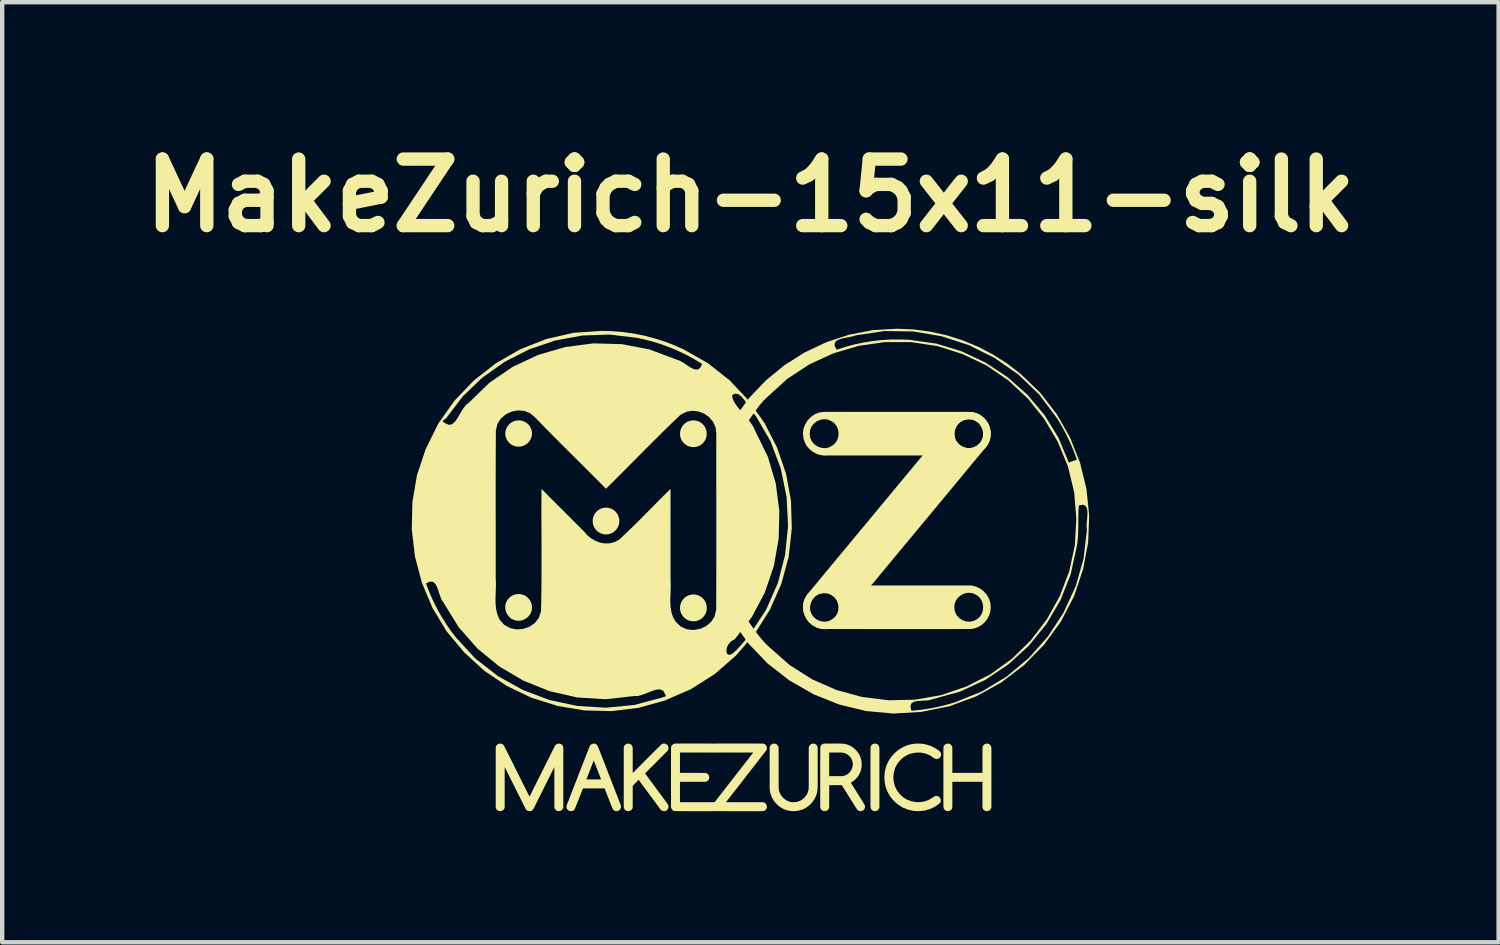
<source format=kicad_pcb>
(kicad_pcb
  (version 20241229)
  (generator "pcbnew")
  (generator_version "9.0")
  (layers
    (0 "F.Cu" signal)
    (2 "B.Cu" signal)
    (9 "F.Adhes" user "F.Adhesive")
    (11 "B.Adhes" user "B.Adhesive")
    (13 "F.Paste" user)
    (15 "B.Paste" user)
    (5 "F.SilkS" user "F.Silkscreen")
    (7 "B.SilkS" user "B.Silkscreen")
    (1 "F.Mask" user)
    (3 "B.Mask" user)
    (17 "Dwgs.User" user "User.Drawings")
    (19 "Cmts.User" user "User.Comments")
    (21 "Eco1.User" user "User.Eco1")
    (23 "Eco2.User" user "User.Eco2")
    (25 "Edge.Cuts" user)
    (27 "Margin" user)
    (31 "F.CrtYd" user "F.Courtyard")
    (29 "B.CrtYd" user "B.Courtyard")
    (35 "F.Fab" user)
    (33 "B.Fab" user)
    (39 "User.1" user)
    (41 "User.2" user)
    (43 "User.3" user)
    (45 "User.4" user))
  (footprint "MakeZurich-15x11-silk"
    (layer "F.Cu")
    (at 14.13 9.998)
    (property "Reference" "MakeZurich-15x11-silk" (at 0 -8.572 0) (layer "F.SilkS") (effects (font (size 1.524 1.524) (thickness 0.305))))
    (attr smd)
    (fp_poly (pts (xy -5.001 0.858) (xy -5.008 0.93) (xy -5.033 0.997) (xy -5.074 1.055) (xy -5.126 1.104) (xy -5.188 1.139) (xy -5.256 1.161) (xy -5.327 1.165) (xy -5.398 1.151) (xy -5.465 1.122) (xy -5.521 1.079) (xy -5.565 1.023) (xy -5.596 0.958) (xy -5.612 0.889) (xy -5.612 0.817) (xy -5.596 0.748) (xy -5.561 0.684) (xy -5.514 0.629) (xy -5.455 0.588) (xy -5.389 0.562) (xy -5.318 0.552) (xy -5.247 0.557) (xy -5.179 0.578) (xy -5.118 0.615) (xy -5.067 0.667) (xy -5.052 0.688) (xy -5.039 0.71) (xy -5.027 0.733) (xy -5.018 0.757) (xy -5.01 0.781) (xy -5.005 0.806) (xy -5.002 0.832) (xy -5.001 0.858) (xy -5.001 0.858)) (stroke (width 0) (type solid)) (fill yes) (layer "F.SilkS"))
    (fp_poly (pts (xy -5.088 -3.335) (xy -5.122 -3.364) (xy -5.159 -3.388) (xy -5.2 -3.406) (xy -5.242 -3.418) (xy -5.286 -3.424) (xy -5.33 -3.424) (xy -5.374 -3.417) (xy -5.416 -3.404) (xy -5.457 -3.385) (xy -5.493 -3.361) (xy -5.526 -3.331) (xy -5.555 -3.297) (xy -5.578 -3.259) (xy -5.596 -3.218) (xy -5.607 -3.175) (xy -5.612 -3.131) (xy -5.61 -3.079) (xy -5.597 -3.028) (xy -5.576 -2.981) (xy -5.548 -2.938) (xy -5.512 -2.9) (xy -5.47 -2.868) (xy -5.424 -2.844) (xy -5.374 -2.829) (xy -5.331 -2.822) (xy -5.287 -2.822) (xy -5.243 -2.828) (xy -5.201 -2.841) (xy -5.161 -2.859) (xy -5.124 -2.882) (xy -5.09 -2.911) (xy -5.062 -2.945) (xy -5.039 -2.979) (xy -5.021 -3.017) (xy -5.009 -3.056) (xy -5.002 -3.097) (xy -5.001 -3.139) (xy -5.006 -3.18) (xy -5.016 -3.22) (xy -5.033 -3.258) (xy -5.038 -3.268) (xy -5.044 -3.279) (xy -5.051 -3.289) (xy -5.058 -3.299) (xy -5.065 -3.308) (xy -5.072 -3.317) (xy -5.08 -3.326) (xy -5.088 -3.335) (xy -5.088 -3.335)) (stroke (width 0) (type solid)) (fill yes) (layer "F.SilkS"))
    (fp_poly (pts (xy -3.307 -1.426) (xy -3.352 -1.423) (xy -3.395 -1.413) (xy -3.437 -1.397) (xy -3.476 -1.375) (xy -3.511 -1.347) (xy -3.542 -1.315) (xy -3.568 -1.279) (xy -3.588 -1.239) (xy -3.602 -1.196) (xy -3.61 -1.152) (xy -3.611 -1.107) (xy -3.606 -1.062) (xy -3.595 -1.019) (xy -3.577 -0.978) (xy -3.554 -0.94) (xy -3.525 -0.905) (xy -3.492 -0.876) (xy -3.456 -0.852) (xy -3.417 -0.834) (xy -3.375 -0.821) (xy -3.332 -0.814) (xy -3.288 -0.813) (xy -3.245 -0.819) (xy -3.203 -0.831) (xy -3.163 -0.849) (xy -3.126 -0.872) (xy -3.092 -0.901) (xy -3.063 -0.934) (xy -3.039 -0.971) (xy -3.02 -1.011) (xy -3.008 -1.053) (xy -3.002 -1.097) (xy -3.001 -1.14) (xy -3.007 -1.183) (xy -3.019 -1.224) (xy -3.036 -1.263) (xy -3.059 -1.299) (xy -3.086 -1.332) (xy -3.118 -1.361) (xy -3.153 -1.385) (xy -3.171 -1.395) (xy -3.189 -1.403) (xy -3.208 -1.41) (xy -3.227 -1.416) (xy -3.247 -1.421) (xy -3.267 -1.424) (xy -3.287 -1.426) (xy -3.307 -1.426) (xy -3.307 -1.426)) (stroke (width 0) (type solid)) (fill yes) (layer "F.SilkS"))
    (fp_poly (pts (xy -1.394 -2.825) (xy -1.351 -2.814) (xy -1.307 -2.811) (xy -1.263 -2.814) (xy -1.22 -2.823) (xy -1.179 -2.839) (xy -1.14 -2.86) (xy -1.105 -2.886) (xy -1.074 -2.918) (xy -1.046 -2.955) (xy -1.025 -2.996) (xy -1.01 -3.04) (xy -1.002 -3.085) (xy -1.001 -3.131) (xy -1.006 -3.177) (xy -1.018 -3.222) (xy -1.037 -3.264) (xy -1.049 -3.284) (xy -1.063 -3.304) (xy -1.078 -3.322) (xy -1.095 -3.34) (xy -1.113 -3.355) (xy -1.132 -3.37) (xy -1.152 -3.382) (xy -1.173 -3.393) (xy -1.216 -3.411) (xy -1.262 -3.421) (xy -1.308 -3.424) (xy -1.355 -3.42) (xy -1.4 -3.409) (xy -1.444 -3.391) (xy -1.484 -3.367) (xy -1.519 -3.337) (xy -1.55 -3.303) (xy -1.574 -3.265) (xy -1.593 -3.223) (xy -1.605 -3.18) (xy -1.611 -3.135) (xy -1.611 -3.089) (xy -1.604 -3.045) (xy -1.589 -3.001) (xy -1.575 -2.971) (xy -1.557 -2.942) (xy -1.535 -2.915) (xy -1.512 -2.891) (xy -1.485 -2.87) (xy -1.457 -2.852) (xy -1.426 -2.836) (xy -1.394 -2.825) (xy -1.394 -2.825)) (stroke (width 0) (type solid)) (fill yes) (layer "F.SilkS"))
    (fp_poly (pts (xy -1.305 0.562) (xy -1.35 0.565) (xy -1.394 0.575) (xy -1.437 0.592) (xy -1.476 0.614) (xy -1.512 0.642) (xy -1.543 0.675) (xy -1.569 0.712) (xy -1.589 0.753) (xy -1.603 0.795) (xy -1.611 0.839) (xy -1.612 0.884) (xy -1.606 0.928) (xy -1.594 0.971) (xy -1.577 1.012) (xy -1.554 1.049) (xy -1.525 1.083) (xy -1.492 1.113) (xy -1.455 1.137) (xy -1.415 1.156) (xy -1.373 1.168) (xy -1.329 1.175) (xy -1.286 1.176) (xy -1.242 1.17) (xy -1.2 1.157) (xy -1.158 1.139) (xy -1.12 1.114) (xy -1.086 1.084) (xy -1.057 1.049) (xy -1.033 1.011) (xy -1.015 0.97) (xy -1.003 0.926) (xy -0.998 0.881) (xy -1 0.836) (xy -1.008 0.791) (xy -1.023 0.749) (xy -1.043 0.709) (xy -1.07 0.672) (xy -1.101 0.64) (xy -1.136 0.612) (xy -1.175 0.591) (xy -1.191 0.584) (xy -1.206 0.578) (xy -1.222 0.573) (xy -1.239 0.569) (xy -1.255 0.566) (xy -1.272 0.564) (xy -1.288 0.562) (xy -1.305 0.562) (xy -1.305 0.562)) (stroke (width 0) (type solid)) (fill yes) (layer "F.SilkS"))
    (fp_poly (pts (xy 2.953 5.42) (xy 2.951 5.447) (xy 2.94 5.471) (xy 2.924 5.492) (xy 2.903 5.508) (xy 2.879 5.518) (xy 2.854 5.523) (xy 2.828 5.521) (xy 2.803 5.511) (xy 2.787 5.501) (xy 2.774 5.489) (xy 2.764 5.475) (xy 2.757 5.459) (xy 2.752 5.442) (xy 2.749 5.425) (xy 2.748 5.407) (xy 2.748 5.389) (xy 2.749 5.224) (xy 2.748 5.059) (xy 2.748 4.893) (xy 2.748 4.728) (xy 2.748 4.563) (xy 2.748 4.398) (xy 2.749 4.233) (xy 2.749 4.067) (xy 2.754 4.041) (xy 2.767 4.018) (xy 2.785 3.999) (xy 2.807 3.986) (xy 2.832 3.977) (xy 2.858 3.975) (xy 2.884 3.98) (xy 2.907 3.992) (xy 2.922 4.003) (xy 2.934 4.016) (xy 2.942 4.031) (xy 2.948 4.048) (xy 2.952 4.065) (xy 2.954 4.083) (xy 2.954 4.101) (xy 2.953 4.118) (xy 2.953 4.281) (xy 2.953 4.444) (xy 2.953 4.607) (xy 2.953 4.769) (xy 2.953 4.932) (xy 2.953 5.095) (xy 2.953 5.257) (xy 2.953 5.42) (xy 2.953 5.42) (xy 2.953 5.42) (xy 2.953 5.42) (xy 2.953 5.42) (xy 2.953 5.42) (xy 2.953 5.42) (xy 2.953 5.42)) (stroke (width 0) (type solid)) (fill yes) (layer "F.SilkS"))
    (fp_poly (pts (xy -0.769 3.975) (xy -0.638 3.975) (xy -0.506 3.975) (xy -0.374 3.975) (xy -0.242 3.975) (xy -0.11 3.975) (xy 0.022 3.975) (xy 0.154 3.975) (xy 0.286 3.976) (xy 0.314 3.982) (xy 0.338 3.996) (xy 0.357 4.016) (xy 0.37 4.041) (xy 0.377 4.069) (xy 0.376 4.097) (xy 0.368 4.123) (xy 0.351 4.147) (xy 0.237 4.293) (xy 0.123 4.44) (xy 0.009 4.586) (xy -0.105 4.732) (xy -0.218 4.879) (xy -0.332 5.025) (xy -0.446 5.171) (xy -0.56 5.318) (xy -0.454 5.318) (xy -0.348 5.318) (xy -0.243 5.318) (xy -0.137 5.318) (xy -0.031 5.318) (xy 0.074 5.318) (xy 0.18 5.318) (xy 0.286 5.318) (xy 0.314 5.325) (xy 0.339 5.34) (xy 0.358 5.361) (xy 0.371 5.387) (xy 0.377 5.415) (xy 0.376 5.443) (xy 0.366 5.47) (xy 0.348 5.493) (xy 0.33 5.507) (xy 0.31 5.516) (xy 0.289 5.521) (xy 0.267 5.523) (xy 0.244 5.523) (xy 0.221 5.522) (xy 0.199 5.522) (xy 0.177 5.523) (xy 0.057 5.523) (xy -0.063 5.523) (xy -0.182 5.523) (xy -0.302 5.523) (xy -0.422 5.523) (xy -0.541 5.523) (xy -0.661 5.522) (xy -0.781 5.522) (xy -0.809 5.516) (xy -0.833 5.502) (xy -0.852 5.481) (xy -0.865 5.456) (xy -0.871 5.429) (xy -0.871 5.401) (xy -0.862 5.374) (xy -0.846 5.35) (xy -0.732 5.204) (xy -0.618 5.058) (xy -0.504 4.911) (xy -0.39 4.765) (xy -0.277 4.619) (xy -0.163 4.473) (xy -0.049 4.327) (xy 0.065 4.18) (xy -0.041 4.18) (xy -0.146 4.18) (xy -0.252 4.18) (xy -0.358 4.18) (xy -0.463 4.18) (xy -0.569 4.18) (xy -0.674 4.18) (xy -0.78 4.18) (xy -0.809 4.173) (xy -0.833 4.158) (xy -0.853 4.137) (xy -0.866 4.112) (xy -0.872 4.084) (xy -0.87 4.055) (xy -0.861 4.028) (xy -0.842 4.005) (xy -0.834 3.998) (xy -0.826 3.992) (xy -0.818 3.987) (xy -0.809 3.983) (xy -0.799 3.98) (xy -0.789 3.977) (xy -0.78 3.976) (xy -0.769 3.975) (xy -0.769 3.975)) (stroke (width 0) (type solid)) (fill yes) (layer "F.SilkS"))
    (fp_poly (pts (xy 4.257 5.174) (xy 4.287 5.178) (xy 4.313 5.19) (xy 4.334 5.21) (xy 4.349 5.234) (xy 4.358 5.261) (xy 4.359 5.29) (xy 4.352 5.317) (xy 4.335 5.342) (xy 4.23 5.418) (xy 4.113 5.474) (xy 3.989 5.509) (xy 3.859 5.523) (xy 3.73 5.516) (xy 3.603 5.487) (xy 3.484 5.438) (xy 3.374 5.367) (xy 3.31 5.313) (xy 3.252 5.252) (xy 3.2 5.184) (xy 3.156 5.112) (xy 3.12 5.036) (xy 3.093 4.956) (xy 3.076 4.873) (xy 3.068 4.789) (xy 3.068 4.708) (xy 3.076 4.627) (xy 3.093 4.548) (xy 3.117 4.471) (xy 3.15 4.397) (xy 3.191 4.327) (xy 3.239 4.262) (xy 3.294 4.202) (xy 3.354 4.147) (xy 3.419 4.099) (xy 3.49 4.058) (xy 3.564 4.025) (xy 3.641 4) (xy 3.721 3.983) (xy 3.802 3.975) (xy 3.884 3.976) (xy 3.947 3.982) (xy 4.009 3.993) (xy 4.07 4.009) (xy 4.13 4.031) (xy 4.187 4.057) (xy 4.242 4.088) (xy 4.295 4.123) (xy 4.344 4.163) (xy 4.359 4.188) (xy 4.365 4.216) (xy 4.363 4.244) (xy 4.354 4.271) (xy 4.338 4.295) (xy 4.317 4.314) (xy 4.292 4.326) (xy 4.262 4.329) (xy 4.237 4.324) (xy 4.214 4.314) (xy 4.192 4.302) (xy 4.171 4.287) (xy 4.15 4.271) (xy 4.129 4.256) (xy 4.107 4.243) (xy 4.083 4.233) (xy 4 4.201) (xy 3.913 4.184) (xy 3.824 4.18) (xy 3.735 4.19) (xy 3.649 4.212) (xy 3.568 4.248) (xy 3.493 4.297) (xy 3.428 4.358) (xy 3.36 4.442) (xy 3.311 4.538) (xy 3.282 4.642) (xy 3.272 4.749) (xy 3.282 4.857) (xy 3.311 4.96) (xy 3.36 5.056) (xy 3.428 5.141) (xy 3.503 5.209) (xy 3.59 5.261) (xy 3.684 5.296) (xy 3.784 5.315) (xy 3.885 5.316) (xy 3.985 5.3) (xy 4.08 5.266) (xy 4.168 5.215) (xy 4.178 5.207) (xy 4.188 5.199) (xy 4.198 5.193) (xy 4.209 5.186) (xy 4.22 5.181) (xy 4.232 5.177) (xy 4.244 5.175) (xy 4.257 5.174) (xy 4.257 5.174)) (stroke (width 0) (type solid)) (fill yes) (layer "F.SilkS"))
    (fp_poly (pts (xy 5.355 -3.472) (xy 4.969 -3.448) (xy 5.064 -3.446) (xy 5.151 -3.415) (xy 5.225 -3.36) (xy 5.282 -3.287) (xy 5.319 -3.203) (xy 5.333 -3.112) (xy 5.32 -3.021) (xy 5.277 -2.935) (xy 5.23 -2.877) (xy 5.172 -2.833) (xy 5.105 -2.804) (xy 5.034 -2.789) (xy 4.961 -2.789) (xy 4.89 -2.804) (xy 4.824 -2.836) (xy 4.766 -2.883) (xy 4.706 -2.959) (xy 4.675 -3.046) (xy 4.671 -3.138) (xy 4.691 -3.229) (xy 4.733 -3.312) (xy 4.795 -3.38) (xy 4.874 -3.428) (xy 4.969 -3.448) (xy 5.355 -3.472) (xy 5.268 -3.545) (xy 5.168 -3.592) (xy 5.061 -3.615) (xy 4.95 -3.614) (xy 1.426 0.671) (xy 1.488 0.602) (xy 1.567 0.555) (xy 1.662 0.534) (xy 1.758 0.536) (xy 1.844 0.568) (xy 1.918 0.622) (xy 1.975 0.695) (xy 2.012 0.78) (xy 2.026 0.87) (xy 2.014 0.961) (xy 1.97 1.047) (xy 1.923 1.105) (xy 1.865 1.149) (xy 1.798 1.179) (xy 1.727 1.194) (xy 1.654 1.194) (xy 1.583 1.178) (xy 1.517 1.147) (xy 1.459 1.099) (xy 1.399 1.023) (xy 1.368 0.936) (xy 1.364 0.844) (xy 1.384 0.754) (xy 1.426 0.671) (xy 4.95 -3.614) (xy 4.842 -3.59) (xy 4.742 -3.545) (xy 4.653 -3.478) (xy 4.582 -3.392) (xy 4.17 -2.895) (xy 3.758 -2.399) (xy 3.346 -1.903) (xy 2.934 -1.406) (xy 2.522 -0.91) (xy 2.11 -0.414) (xy 1.698 0.083) (xy 1.287 0.58) (xy 1.227 0.696) (xy 1.204 0.821) (xy 1.215 0.948) (xy 1.256 1.068) (xy 1.324 1.176) (xy 1.416 1.264) (xy 1.527 1.325) (xy 1.656 1.351) (xy 1.737 1.355) (xy 1.813 1.344) (xy 1.885 1.319) (xy 1.953 1.283) (xy 2.016 1.238) (xy 2.074 1.186) (xy 2.127 1.127) (xy 2.174 1.066) (xy 2.58 0.577) (xy 2.986 0.088) (xy 3.391 -0.401) (xy 3.797 -0.889) (xy 4.203 -1.378) (xy 4.609 -1.867) (xy 5.014 -2.356) (xy 5.419 -2.845) (xy 5.461 -2.92) (xy 5.488 -3.001) (xy 5.5 -3.085) (xy 5.499 -3.17) (xy 5.483 -3.254) (xy 5.454 -3.333) (xy 5.411 -3.407) (xy 5.355 -3.472)) (stroke (width 0) (type solid)) (fill yes) (layer "F.SilkS"))
    (fp_poly (pts (xy 5.502 0.854) (xy 5.492 0.75) (xy 5.158 0.563) (xy 5.229 0.612) (xy 5.281 0.678) (xy 5.315 0.755) (xy 5.329 0.838) (xy 5.323 0.923) (xy 5.297 1.003) (xy 5.251 1.073) (xy 5.185 1.129) (xy 5.102 1.171) (xy 5.014 1.186) (xy 4.927 1.177) (xy 4.845 1.146) (xy 4.773 1.095) (xy 4.716 1.028) (xy 4.679 0.947) (xy 4.668 0.854) (xy 4.668 0.854) (xy 4.677 0.767) (xy 4.711 0.689) (xy 4.763 0.623) (xy 4.831 0.571) (xy 4.909 0.536) (xy 4.992 0.522) (xy 5.077 0.53) (xy 5.158 0.563) (xy 5.492 0.75) (xy 5.46 0.652) (xy 5.408 0.564) (xy 5.339 0.487) (xy 1.682 0.522) (xy 1.766 0.53) (xy 1.847 0.563) (xy 1.919 0.612) (xy 1.971 0.678) (xy 2.004 0.755) (xy 2.018 0.838) (xy 2.012 0.923) (xy 1.987 1.003) (xy 1.941 1.073) (xy 1.874 1.129) (xy 1.792 1.171) (xy 1.704 1.186) (xy 1.616 1.177) (xy 1.534 1.146) (xy 1.462 1.095) (xy 1.405 1.028) (xy 1.369 0.947) (xy 1.357 0.854) (xy 1.367 0.767) (xy 1.4 0.689) (xy 1.453 0.623) (xy 1.52 0.571) (xy 1.598 0.536) (xy 1.682 0.522) (xy 5.339 0.487) (xy 5.256 0.425) (xy 5.163 0.381) (xy 5.062 0.356) (xy 4.958 0.355) (xy 4.548 0.355) (xy 4.138 0.355) (xy 3.728 0.355) (xy 3.318 0.355) (xy 2.908 0.355) (xy 2.498 0.355) (xy 2.088 0.355) (xy 1.678 0.355) (xy 1.57 0.371) (xy 1.471 0.411) (xy 1.383 0.472) (xy 1.31 0.55) (xy 1.253 0.641) (xy 1.216 0.741) (xy 1.202 0.847) (xy 1.214 0.955) (xy 1.241 1.045) (xy 1.284 1.127) (xy 1.343 1.199) (xy 1.413 1.259) (xy 1.493 1.306) (xy 1.58 1.338) (xy 1.672 1.355) (xy 1.765 1.353) (xy 2.173 1.353) (xy 2.581 1.353) (xy 2.989 1.354) (xy 3.397 1.354) (xy 3.804 1.354) (xy 4.212 1.354) (xy 4.62 1.353) (xy 5.028 1.353) (xy 5.123 1.34) (xy 5.212 1.308) (xy 5.293 1.26) (xy 5.364 1.198) (xy 5.422 1.124) (xy 5.466 1.04) (xy 5.493 0.95) (xy 5.502 0.854) (xy 5.502 0.854)) (stroke (width 0) (type solid)) (fill yes) (layer "F.SilkS"))
    (fp_poly (pts (xy 5.502 -3.119) (xy 5.492 -3.224) (xy 5.158 -3.411) (xy 5.229 -3.362) (xy 5.281 -3.296) (xy 5.315 -3.219) (xy 5.329 -3.135) (xy 5.323 -3.051) (xy 5.297 -2.971) (xy 5.251 -2.901) (xy 5.185 -2.845) (xy 5.102 -2.802) (xy 5.015 -2.787) (xy 4.927 -2.797) (xy 4.845 -2.828) (xy 4.773 -2.879) (xy 4.716 -2.946) (xy 4.679 -3.027) (xy 4.668 -3.119) (xy 4.677 -3.206) (xy 4.711 -3.284) (xy 4.763 -3.351) (xy 4.831 -3.403) (xy 4.909 -3.437) (xy 4.992 -3.452) (xy 5.077 -3.444) (xy 5.158 -3.411) (xy 5.492 -3.224) (xy 5.46 -3.322) (xy 5.408 -3.41) (xy 5.339 -3.487) (xy 1.682 -3.452) (xy 1.766 -3.444) (xy 1.847 -3.411) (xy 1.919 -3.362) (xy 1.971 -3.296) (xy 2.004 -3.219) (xy 2.018 -3.135) (xy 2.012 -3.051) (xy 1.987 -2.971) (xy 1.941 -2.901) (xy 1.874 -2.845) (xy 1.792 -2.802) (xy 1.704 -2.787) (xy 1.617 -2.797) (xy 1.534 -2.828) (xy 1.462 -2.879) (xy 1.405 -2.946) (xy 1.369 -3.027) (xy 1.357 -3.119) (xy 1.357 -3.119) (xy 1.367 -3.206) (xy 1.4 -3.285) (xy 1.453 -3.351) (xy 1.52 -3.403) (xy 1.598 -3.437) (xy 1.682 -3.452) (xy 5.339 -3.487) (xy 5.256 -3.549) (xy 5.163 -3.593) (xy 5.062 -3.617) (xy 4.958 -3.619) (xy 4.548 -3.619) (xy 4.138 -3.619) (xy 3.728 -3.619) (xy 3.318 -3.619) (xy 2.908 -3.619) (xy 2.498 -3.619) (xy 2.088 -3.619) (xy 1.678 -3.618) (xy 1.57 -3.603) (xy 1.471 -3.563) (xy 1.383 -3.502) (xy 1.31 -3.424) (xy 1.253 -3.333) (xy 1.216 -3.233) (xy 1.202 -3.127) (xy 1.214 -3.019) (xy 1.241 -2.928) (xy 1.284 -2.846) (xy 1.343 -2.775) (xy 1.413 -2.715) (xy 1.493 -2.668) (xy 1.58 -2.635) (xy 1.672 -2.619) (xy 1.765 -2.62) (xy 2.173 -2.62) (xy 2.581 -2.62) (xy 2.989 -2.62) (xy 3.397 -2.62) (xy 3.804 -2.62) (xy 4.212 -2.62) (xy 4.62 -2.62) (xy 5.028 -2.621) (xy 5.123 -2.634) (xy 5.212 -2.666) (xy 5.293 -2.714) (xy 5.364 -2.776) (xy 5.422 -2.85) (xy 5.466 -2.933) (xy 5.493 -3.024) (xy 5.502 -3.119) (xy 5.502 -3.119) (xy 5.502 -3.119) (xy 5.502 -3.119)) (stroke (width 0) (type solid)) (fill yes) (layer "F.SilkS"))
    (fp_poly (pts (xy 0.646 4.078) (xy 0.646 4.193) (xy 0.646 4.308) (xy 0.646 4.423) (xy 0.646 4.538) (xy 0.646 4.653) (xy 0.646 4.769) (xy 0.646 4.884) (xy 0.647 4.999) (xy 0.658 5.064) (xy 0.681 5.124) (xy 0.716 5.18) (xy 0.76 5.228) (xy 0.812 5.267) (xy 0.87 5.296) (xy 0.933 5.314) (xy 0.999 5.318) (xy 1.066 5.31) (xy 1.129 5.289) (xy 1.187 5.255) (xy 1.238 5.211) (xy 1.28 5.159) (xy 1.311 5.1) (xy 1.33 5.036) (xy 1.335 4.969) (xy 1.335 4.856) (xy 1.335 4.743) (xy 1.335 4.631) (xy 1.335 4.518) (xy 1.335 4.405) (xy 1.335 4.293) (xy 1.335 4.18) (xy 1.336 4.067) (xy 1.342 4.038) (xy 1.357 4.014) (xy 1.378 3.995) (xy 1.404 3.982) (xy 1.432 3.976) (xy 1.46 3.977) (xy 1.487 3.987) (xy 1.51 4.005) (xy 1.525 4.023) (xy 1.534 4.043) (xy 1.539 4.064) (xy 1.541 4.086) (xy 1.541 4.109) (xy 1.54 4.132) (xy 1.54 4.155) (xy 1.54 4.177) (xy 1.54 4.281) (xy 1.54 4.385) (xy 1.54 4.489) (xy 1.54 4.593) (xy 1.54 4.697) (xy 1.54 4.802) (xy 1.54 4.906) (xy 1.539 5.01) (xy 1.526 5.096) (xy 1.5 5.179) (xy 1.46 5.256) (xy 1.409 5.327) (xy 1.348 5.389) (xy 1.278 5.44) (xy 1.201 5.481) (xy 1.118 5.507) (xy 1.045 5.52) (xy 0.972 5.523) (xy 0.898 5.516) (xy 0.827 5.499) (xy 0.758 5.473) (xy 0.694 5.437) (xy 0.635 5.393) (xy 0.582 5.341) (xy 0.546 5.298) (xy 0.515 5.252) (xy 0.49 5.203) (xy 0.469 5.151) (xy 0.454 5.097) (xy 0.444 5.042) (xy 0.44 4.987) (xy 0.441 4.931) (xy 0.441 4.823) (xy 0.441 4.715) (xy 0.441 4.607) (xy 0.44 4.499) (xy 0.44 4.391) (xy 0.44 4.283) (xy 0.441 4.175) (xy 0.441 4.067) (xy 0.447 4.038) (xy 0.462 4.014) (xy 0.483 3.995) (xy 0.509 3.982) (xy 0.537 3.976) (xy 0.565 3.977) (xy 0.592 3.987) (xy 0.615 4.005) (xy 0.622 4.013) (xy 0.628 4.021) (xy 0.634 4.029) (xy 0.638 4.038) (xy 0.642 4.048) (xy 0.644 4.058) (xy 0.646 4.068) (xy 0.646 4.078) (xy 0.646 4.078) (xy 0.646 4.078) (xy 0.646 4.078) (xy 0.646 4.078) (xy 0.646 4.078) (xy 0.646 4.078) (xy 0.646 4.078)) (stroke (width 0) (type solid)) (fill yes) (layer "F.SilkS"))
    (fp_poly (pts (xy -4.201 5.374) (xy -3.587 4.361) (xy -3.608 4.416) (xy -3.629 4.47) (xy -3.65 4.524) (xy -3.671 4.578) (xy -3.692 4.633) (xy -3.713 4.687) (xy -3.734 4.741) (xy -3.755 4.795) (xy -3.713 4.795) (xy -3.671 4.795) (xy -3.629 4.795) (xy -3.587 4.795) (xy -3.545 4.795) (xy -3.503 4.795) (xy -3.461 4.795) (xy -3.418 4.795) (xy -3.439 4.741) (xy -3.461 4.687) (xy -3.482 4.633) (xy -3.503 4.578) (xy -3.524 4.524) (xy -3.545 4.47) (xy -3.566 4.416) (xy -3.587 4.361) (xy -4.201 5.374) (xy -4.136 5.207) (xy -4.071 5.039) (xy -4.006 4.872) (xy -3.941 4.705) (xy -3.876 4.538) (xy -3.811 4.371) (xy -3.746 4.204) (xy -3.68 4.037) (xy -3.665 4.011) (xy -3.644 3.993) (xy -3.619 3.981) (xy -3.591 3.976) (xy -3.562 3.978) (xy -3.536 3.988) (xy -3.513 4.004) (xy -3.497 4.029) (xy -3.466 4.105) (xy -3.436 4.182) (xy -3.406 4.258) (xy -3.376 4.335) (xy -3.346 4.412) (xy -3.317 4.488) (xy -3.287 4.565) (xy -3.257 4.642) (xy -3.221 4.735) (xy -3.185 4.828) (xy -3.148 4.922) (xy -3.112 5.015) (xy -3.076 5.108) (xy -3.039 5.202) (xy -3.003 5.295) (xy -2.967 5.389) (xy -2.962 5.417) (xy -2.965 5.444) (xy -2.976 5.47) (xy -2.993 5.492) (xy -3.014 5.509) (xy -3.039 5.52) (xy -3.067 5.524) (xy -3.095 5.519) (xy -3.118 5.508) (xy -3.136 5.493) (xy -3.151 5.475) (xy -3.162 5.454) (xy -3.172 5.432) (xy -3.18 5.408) (xy -3.188 5.386) (xy -3.197 5.364) (xy -3.215 5.318) (xy -3.233 5.273) (xy -3.25 5.227) (xy -3.268 5.182) (xy -3.286 5.137) (xy -3.303 5.091) (xy -3.321 5.046) (xy -3.339 5.001) (xy -3.401 5.001) (xy -3.463 5.001) (xy -3.525 5.001) (xy -3.586 5.001) (xy -3.648 5.001) (xy -3.71 5.001) (xy -3.772 5.001) (xy -3.834 5.001) (xy -3.857 5.059) (xy -3.88 5.118) (xy -3.903 5.176) (xy -3.926 5.235) (xy -3.949 5.293) (xy -3.972 5.352) (xy -3.995 5.41) (xy -4.018 5.469) (xy -4.035 5.492) (xy -4.056 5.509) (xy -4.082 5.519) (xy -4.109 5.522) (xy -4.137 5.519) (xy -4.162 5.509) (xy -4.184 5.492) (xy -4.2 5.469) (xy -4.205 5.457) (xy -4.209 5.446) (xy -4.211 5.434) (xy -4.211 5.421) (xy -4.211 5.409) (xy -4.209 5.397) (xy -4.205 5.385) (xy -4.201 5.374) (xy -4.201 5.374) (xy -4.201 5.374) (xy -4.201 5.374)) (stroke (width 0) (type solid)) (fill yes) (layer "F.SilkS"))
    (fp_poly (pts (xy 5.517 5.42) (xy 5.514 5.45) (xy 5.502 5.476) (xy 5.483 5.497) (xy 5.459 5.512) (xy 5.431 5.521) (xy 5.403 5.523) (xy 5.375 5.516) (xy 5.35 5.5) (xy 5.333 5.482) (xy 5.322 5.463) (xy 5.315 5.441) (xy 5.313 5.419) (xy 5.312 5.395) (xy 5.312 5.372) (xy 5.313 5.348) (xy 5.312 5.325) (xy 5.312 5.266) (xy 5.312 5.207) (xy 5.312 5.148) (xy 5.312 5.088) (xy 5.312 5.029) (xy 5.312 4.97) (xy 5.312 4.911) (xy 5.312 4.851) (xy 5.226 4.851) (xy 5.14 4.851) (xy 5.054 4.851) (xy 4.968 4.851) (xy 4.881 4.851) (xy 4.795 4.851) (xy 4.709 4.851) (xy 4.623 4.851) (xy 4.623 4.924) (xy 4.623 4.996) (xy 4.623 5.069) (xy 4.623 5.141) (xy 4.623 5.213) (xy 4.623 5.286) (xy 4.623 5.358) (xy 4.622 5.431) (xy 4.617 5.458) (xy 4.603 5.482) (xy 4.583 5.501) (xy 4.56 5.514) (xy 4.533 5.522) (xy 4.506 5.522) (xy 4.479 5.515) (xy 4.456 5.5) (xy 4.439 5.482) (xy 4.427 5.463) (xy 4.421 5.441) (xy 4.418 5.419) (xy 4.418 5.395) (xy 4.418 5.372) (xy 4.419 5.348) (xy 4.418 5.325) (xy 4.418 5.168) (xy 4.418 5.011) (xy 4.418 4.854) (xy 4.418 4.696) (xy 4.418 4.539) (xy 4.418 4.382) (xy 4.418 4.225) (xy 4.419 4.067) (xy 4.425 4.038) (xy 4.439 4.014) (xy 4.461 3.995) (xy 4.486 3.982) (xy 4.514 3.976) (xy 4.543 3.977) (xy 4.57 3.987) (xy 4.593 4.005) (xy 4.607 4.023) (xy 4.616 4.043) (xy 4.621 4.064) (xy 4.623 4.087) (xy 4.623 4.109) (xy 4.623 4.132) (xy 4.622 4.155) (xy 4.623 4.177) (xy 4.623 4.235) (xy 4.623 4.294) (xy 4.623 4.353) (xy 4.623 4.411) (xy 4.623 4.47) (xy 4.623 4.529) (xy 4.623 4.588) (xy 4.623 4.646) (xy 4.709 4.646) (xy 4.795 4.646) (xy 4.881 4.646) (xy 4.968 4.646) (xy 5.054 4.646) (xy 5.14 4.646) (xy 5.226 4.646) (xy 5.312 4.646) (xy 5.313 4.574) (xy 5.312 4.502) (xy 5.312 4.429) (xy 5.312 4.357) (xy 5.312 4.285) (xy 5.312 4.212) (xy 5.313 4.14) (xy 5.313 4.067) (xy 5.319 4.038) (xy 5.334 4.014) (xy 5.355 3.995) (xy 5.381 3.982) (xy 5.409 3.976) (xy 5.437 3.977) (xy 5.464 3.987) (xy 5.487 4.005) (xy 5.502 4.023) (xy 5.511 4.043) (xy 5.516 4.064) (xy 5.518 4.086) (xy 5.518 4.109) (xy 5.517 4.132) (xy 5.517 4.155) (xy 5.517 4.177) (xy 5.517 4.332) (xy 5.517 4.487) (xy 5.517 4.643) (xy 5.517 4.798) (xy 5.517 4.954) (xy 5.517 5.109) (xy 5.517 5.265) (xy 5.517 5.42) (xy 5.517 5.42) (xy 5.517 5.42)) (stroke (width 0) (type solid)) (fill yes) (layer "F.SilkS"))
    (fp_poly (pts (xy -2.9 4.078) (xy -2.897 4.05) (xy -2.886 4.025) (xy -2.868 4.004) (xy -2.846 3.988) (xy -2.82 3.978) (xy -2.793 3.975) (xy -2.766 3.979) (xy -2.741 3.992) (xy -2.722 4.007) (xy -2.71 4.024) (xy -2.702 4.043) (xy -2.697 4.064) (xy -2.695 4.086) (xy -2.695 4.108) (xy -2.695 4.131) (xy -2.695 4.152) (xy -2.695 4.214) (xy -2.695 4.277) (xy -2.695 4.339) (xy -2.695 4.401) (xy -2.695 4.463) (xy -2.695 4.526) (xy -2.695 4.588) (xy -2.695 4.65) (xy -2.614 4.569) (xy -2.532 4.488) (xy -2.451 4.406) (xy -2.37 4.325) (xy -2.288 4.243) (xy -2.207 4.162) (xy -2.125 4.081) (xy -2.044 4) (xy -2.02 3.984) (xy -1.994 3.976) (xy -1.966 3.976) (xy -1.939 3.983) (xy -1.915 3.996) (xy -1.895 4.015) (xy -1.881 4.039) (xy -1.875 4.067) (xy -1.876 4.091) (xy -1.881 4.113) (xy -1.892 4.132) (xy -1.905 4.15) (xy -1.921 4.167) (xy -1.938 4.184) (xy -1.955 4.2) (xy -1.971 4.216) (xy -2.026 4.271) (xy -2.081 4.326) (xy -2.136 4.382) (xy -2.191 4.437) (xy -2.246 4.492) (xy -2.301 4.547) (xy -2.357 4.603) (xy -2.412 4.658) (xy -2.347 4.746) (xy -2.281 4.835) (xy -2.216 4.923) (xy -2.151 5.012) (xy -2.085 5.1) (xy -2.02 5.189) (xy -1.955 5.277) (xy -1.89 5.366) (xy -1.878 5.393) (xy -1.875 5.421) (xy -1.88 5.449) (xy -1.892 5.475) (xy -1.91 5.497) (xy -1.933 5.513) (xy -1.96 5.522) (xy -1.989 5.522) (xy -2.012 5.517) (xy -2.031 5.508) (xy -2.047 5.495) (xy -2.062 5.479) (xy -2.076 5.461) (xy -2.088 5.443) (xy -2.101 5.424) (xy -2.115 5.407) (xy -2.17 5.332) (xy -2.226 5.257) (xy -2.281 5.182) (xy -2.337 5.106) (xy -2.392 5.031) (xy -2.448 4.956) (xy -2.503 4.88) (xy -2.559 4.805) (xy -2.576 4.822) (xy -2.593 4.839) (xy -2.61 4.856) (xy -2.627 4.873) (xy -2.644 4.89) (xy -2.661 4.907) (xy -2.678 4.925) (xy -2.695 4.942) (xy -2.695 5.003) (xy -2.695 5.064) (xy -2.695 5.125) (xy -2.695 5.186) (xy -2.695 5.247) (xy -2.695 5.308) (xy -2.695 5.369) (xy -2.695 5.431) (xy -2.702 5.46) (xy -2.716 5.484) (xy -2.738 5.503) (xy -2.763 5.516) (xy -2.791 5.522) (xy -2.82 5.521) (xy -2.847 5.511) (xy -2.87 5.493) (xy -2.884 5.475) (xy -2.893 5.455) (xy -2.898 5.434) (xy -2.9 5.413) (xy -2.901 5.39) (xy -2.9 5.368) (xy -2.899 5.345) (xy -2.9 5.324) (xy -2.9 5.168) (xy -2.9 5.012) (xy -2.9 4.856) (xy -2.9 4.701) (xy -2.9 4.545) (xy -2.9 4.389) (xy -2.9 4.234) (xy -2.9 4.078) (xy -2.9 4.078) (xy -2.9 4.078) (xy -2.9 4.078) (xy -2.9 4.078) (xy -2.9 4.078) (xy -2.9 4.078) (xy -2.9 4.078)) (stroke (width 0) (type solid)) (fill yes) (layer "F.SilkS"))
    (fp_poly (pts (xy -5.831 5.42) (xy -5.831 5.251) (xy -5.831 5.082) (xy -5.831 4.913) (xy -5.831 4.744) (xy -5.831 4.575) (xy -5.831 4.405) (xy -5.831 4.236) (xy -5.831 4.067) (xy -5.824 4.036) (xy -5.807 4.01) (xy -5.784 3.991) (xy -5.755 3.98) (xy -5.725 3.975) (xy -5.695 3.98) (xy -5.668 3.994) (xy -5.646 4.018) (xy -5.607 4.092) (xy -5.569 4.167) (xy -5.532 4.242) (xy -5.494 4.317) (xy -5.457 4.392) (xy -5.419 4.467) (xy -5.382 4.543) (xy -5.344 4.618) (xy -5.308 4.689) (xy -5.272 4.761) (xy -5.237 4.832) (xy -5.201 4.904) (xy -5.165 4.975) (xy -5.129 5.047) (xy -5.093 5.119) (xy -5.057 5.19) (xy -4.985 5.045) (xy -4.912 4.9) (xy -4.84 4.755) (xy -4.767 4.61) (xy -4.695 4.465) (xy -4.622 4.32) (xy -4.55 4.175) (xy -4.477 4.03) (xy -4.46 4.006) (xy -4.437 3.989) (xy -4.41 3.979) (xy -4.381 3.976) (xy -4.353 3.981) (xy -4.327 3.993) (xy -4.306 4.012) (xy -4.291 4.038) (xy -4.287 4.062) (xy -4.284 4.086) (xy -4.283 4.111) (xy -4.283 4.136) (xy -4.284 4.161) (xy -4.284 4.186) (xy -4.284 4.211) (xy -4.284 4.235) (xy -4.284 4.385) (xy -4.284 4.534) (xy -4.284 4.684) (xy -4.284 4.833) (xy -4.284 4.982) (xy -4.284 5.132) (xy -4.284 5.281) (xy -4.284 5.431) (xy -4.29 5.46) (xy -4.305 5.484) (xy -4.326 5.503) (xy -4.352 5.516) (xy -4.38 5.522) (xy -4.408 5.521) (xy -4.435 5.511) (xy -4.459 5.493) (xy -4.473 5.474) (xy -4.482 5.453) (xy -4.487 5.431) (xy -4.489 5.408) (xy -4.489 5.385) (xy -4.488 5.361) (xy -4.488 5.338) (xy -4.489 5.315) (xy -4.489 5.215) (xy -4.489 5.115) (xy -4.489 5.014) (xy -4.489 4.914) (xy -4.489 4.814) (xy -4.489 4.714) (xy -4.489 4.613) (xy -4.489 4.513) (xy -4.549 4.633) (xy -4.609 4.753) (xy -4.669 4.873) (xy -4.728 4.992) (xy -4.788 5.112) (xy -4.848 5.232) (xy -4.908 5.352) (xy -4.968 5.472) (xy -4.987 5.497) (xy -5.011 5.513) (xy -5.039 5.521) (xy -5.069 5.521) (xy -5.098 5.514) (xy -5.124 5.499) (xy -5.144 5.478) (xy -5.157 5.449) (xy -5.216 5.332) (xy -5.274 5.215) (xy -5.333 5.098) (xy -5.391 4.981) (xy -5.45 4.864) (xy -5.509 4.747) (xy -5.567 4.63) (xy -5.626 4.513) (xy -5.626 4.628) (xy -5.626 4.743) (xy -5.626 4.857) (xy -5.626 4.972) (xy -5.626 5.087) (xy -5.626 5.201) (xy -5.626 5.316) (xy -5.626 5.431) (xy -5.633 5.46) (xy -5.647 5.484) (xy -5.668 5.503) (xy -5.694 5.516) (xy -5.722 5.522) (xy -5.751 5.521) (xy -5.777 5.511) (xy -5.801 5.493) (xy -5.808 5.486) (xy -5.814 5.478) (xy -5.819 5.469) (xy -5.824 5.46) (xy -5.827 5.45) (xy -5.829 5.44) (xy -5.831 5.43) (xy -5.831 5.42) (xy -5.831 5.42) (xy -5.831 5.42) (xy -5.831 5.42) (xy -5.831 5.42) (xy -5.831 5.42) (xy -5.831 5.42) (xy -5.831 5.42)) (stroke (width 0) (type solid)) (fill yes) (layer "F.SilkS"))
    (fp_poly (pts (xy -0.821 5.318) (xy -0.791 5.321) (xy -0.765 5.333) (xy -0.744 5.352) (xy -0.729 5.376) (xy -0.72 5.404) (xy -0.718 5.432) (xy -0.725 5.46) (xy -0.741 5.485) (xy -0.758 5.502) (xy -0.778 5.513) (xy -0.799 5.52) (xy -0.822 5.523) (xy -0.846 5.523) (xy -0.869 5.523) (xy -0.893 5.522) (xy -0.916 5.523) (xy -1.017 5.523) (xy -1.118 5.523) (xy -1.22 5.523) (xy -1.321 5.523) (xy -1.422 5.523) (xy -1.524 5.523) (xy -1.625 5.522) (xy -1.726 5.522) (xy -1.748 5.518) (xy -1.768 5.509) (xy -1.785 5.496) (xy -1.798 5.48) (xy -1.809 5.461) (xy -1.816 5.441) (xy -1.819 5.419) (xy -1.818 5.397) (xy -1.818 5.231) (xy -1.818 5.065) (xy -1.818 4.899) (xy -1.818 4.732) (xy -1.818 4.566) (xy -1.818 4.4) (xy -1.818 4.234) (xy -1.817 4.067) (xy -1.813 4.045) (xy -1.805 4.025) (xy -1.792 4.009) (xy -1.775 3.995) (xy -1.757 3.984) (xy -1.736 3.977) (xy -1.714 3.974) (xy -1.692 3.975) (xy -1.582 3.975) (xy -1.472 3.975) (xy -1.362 3.975) (xy -1.251 3.975) (xy -1.141 3.975) (xy -1.031 3.975) (xy -0.92 3.975) (xy -0.81 3.976) (xy -0.781 3.982) (xy -0.757 3.997) (xy -0.738 4.018) (xy -0.725 4.044) (xy -0.719 4.072) (xy -0.72 4.1) (xy -0.73 4.127) (xy -0.748 4.15) (xy -0.766 4.165) (xy -0.786 4.174) (xy -0.807 4.179) (xy -0.829 4.181) (xy -0.852 4.181) (xy -0.875 4.18) (xy -0.897 4.18) (xy -0.919 4.18) (xy -1.006 4.18) (xy -1.093 4.18) (xy -1.179 4.18) (xy -1.266 4.18) (xy -1.353 4.18) (xy -1.439 4.18) (xy -1.526 4.18) (xy -1.613 4.18) (xy -1.613 4.239) (xy -1.613 4.297) (xy -1.613 4.355) (xy -1.613 4.413) (xy -1.613 4.472) (xy -1.613 4.53) (xy -1.613 4.588) (xy -1.613 4.646) (xy -1.54 4.646) (xy -1.468 4.646) (xy -1.395 4.646) (xy -1.323 4.646) (xy -1.251 4.646) (xy -1.178 4.646) (xy -1.106 4.647) (xy -1.034 4.647) (xy -1.004 4.653) (xy -0.98 4.668) (xy -0.961 4.689) (xy -0.948 4.715) (xy -0.942 4.743) (xy -0.943 4.771) (xy -0.953 4.798) (xy -0.971 4.822) (xy -0.99 4.836) (xy -1.009 4.845) (xy -1.031 4.85) (xy -1.053 4.852) (xy -1.075 4.852) (xy -1.098 4.851) (xy -1.121 4.85) (xy -1.143 4.851) (xy -1.201 4.851) (xy -1.26 4.851) (xy -1.319 4.851) (xy -1.378 4.851) (xy -1.436 4.851) (xy -1.495 4.851) (xy -1.554 4.851) (xy -1.613 4.851) (xy -1.613 4.909) (xy -1.613 4.968) (xy -1.613 5.026) (xy -1.613 5.084) (xy -1.613 5.143) (xy -1.613 5.201) (xy -1.613 5.259) (xy -1.613 5.317) (xy -1.514 5.317) (xy -1.415 5.317) (xy -1.316 5.317) (xy -1.217 5.317) (xy -1.118 5.317) (xy -1.019 5.317) (xy -0.92 5.317) (xy -0.821 5.318) (xy -0.821 5.318) (xy -0.821 5.318) (xy -0.821 5.318) (xy -0.821 5.318) (xy -0.821 5.318) (xy -0.821 5.318) (xy -0.821 5.318) (xy -0.821 5.318)) (stroke (width 0) (type solid)) (fill yes) (layer "F.SilkS"))
    (fp_poly (pts (xy 1.598 5.42) (xy 1.803 4.18) (xy 1.803 4.248) (xy 1.803 4.315) (xy 1.803 4.383) (xy 1.803 4.451) (xy 1.803 4.518) (xy 1.803 4.586) (xy 1.803 4.653) (xy 1.803 4.721) (xy 1.842 4.721) (xy 1.881 4.721) (xy 1.92 4.721) (xy 1.959 4.721) (xy 1.998 4.721) (xy 2.037 4.721) (xy 2.076 4.72) (xy 2.115 4.718) (xy 2.172 4.704) (xy 2.223 4.677) (xy 2.267 4.639) (xy 2.302 4.593) (xy 2.328 4.542) (xy 2.342 4.486) (xy 2.344 4.428) (xy 2.332 4.371) (xy 2.315 4.328) (xy 2.29 4.289) (xy 2.259 4.255) (xy 2.223 4.226) (xy 2.183 4.204) (xy 2.14 4.189) (xy 2.094 4.181) (xy 2.048 4.181) (xy 2.018 4.181) (xy 1.987 4.181) (xy 1.956 4.181) (xy 1.926 4.181) (xy 1.895 4.181) (xy 1.864 4.181) (xy 1.834 4.18) (xy 1.803 4.18) (xy 1.803 4.18) (xy 1.803 4.18) (xy 1.598 5.42) (xy 1.598 5.251) (xy 1.598 5.082) (xy 1.598 4.913) (xy 1.598 4.744) (xy 1.598 4.575) (xy 1.598 4.405) (xy 1.599 4.236) (xy 1.599 4.067) (xy 1.603 4.045) (xy 1.612 4.026) (xy 1.624 4.009) (xy 1.64 3.995) (xy 1.659 3.984) (xy 1.68 3.977) (xy 1.701 3.974) (xy 1.723 3.975) (xy 1.773 3.976) (xy 1.823 3.976) (xy 1.873 3.975) (xy 1.923 3.975) (xy 1.973 3.975) (xy 2.023 3.975) (xy 2.072 3.976) (xy 2.122 3.978) (xy 2.208 3.994) (xy 2.289 4.027) (xy 2.362 4.074) (xy 2.425 4.133) (xy 2.478 4.203) (xy 2.517 4.28) (xy 2.542 4.364) (xy 2.549 4.451) (xy 2.545 4.515) (xy 2.533 4.578) (xy 2.511 4.638) (xy 2.482 4.695) (xy 2.445 4.747) (xy 2.402 4.795) (xy 2.353 4.836) (xy 2.299 4.87) (xy 2.338 4.933) (xy 2.378 4.997) (xy 2.417 5.06) (xy 2.457 5.123) (xy 2.497 5.187) (xy 2.536 5.25) (xy 2.575 5.314) (xy 2.614 5.378) (xy 2.623 5.404) (xy 2.624 5.432) (xy 2.617 5.458) (xy 2.603 5.481) (xy 2.585 5.501) (xy 2.562 5.515) (xy 2.536 5.523) (xy 2.508 5.522) (xy 2.484 5.515) (xy 2.464 5.504) (xy 2.447 5.489) (xy 2.433 5.471) (xy 2.419 5.451) (xy 2.407 5.43) (xy 2.395 5.41) (xy 2.382 5.39) (xy 2.346 5.332) (xy 2.31 5.274) (xy 2.273 5.216) (xy 2.237 5.158) (xy 2.201 5.1) (xy 2.165 5.042) (xy 2.128 4.984) (xy 2.092 4.926) (xy 2.056 4.926) (xy 2.02 4.926) (xy 1.984 4.926) (xy 1.948 4.926) (xy 1.912 4.926) (xy 1.876 4.926) (xy 1.84 4.926) (xy 1.804 4.926) (xy 1.804 4.989) (xy 1.804 5.052) (xy 1.804 5.115) (xy 1.804 5.178) (xy 1.804 5.241) (xy 1.804 5.304) (xy 1.803 5.367) (xy 1.803 5.43) (xy 1.797 5.458) (xy 1.784 5.482) (xy 1.764 5.501) (xy 1.74 5.514) (xy 1.714 5.521) (xy 1.687 5.522) (xy 1.66 5.515) (xy 1.636 5.5) (xy 1.628 5.492) (xy 1.62 5.483) (xy 1.614 5.474) (xy 1.608 5.464) (xy 1.604 5.454) (xy 1.601 5.443) (xy 1.599 5.432) (xy 1.598 5.42) (xy 1.598 5.42)) (stroke (width 0) (type solid)) (fill yes) (layer "F.SilkS"))
    (fp_poly (pts (xy 3.353 -5.522) (xy 2.412 -5.371) (xy 3.067 -5.469) (xy 3.726 -5.46) (xy 4.376 -5.35) (xy 5.003 -5.146) (xy 5.594 -4.851) (xy 6.134 -4.473) (xy 6.61 -4.017) (xy 7.008 -3.488) (xy 7.079 -3.374) (xy 7.147 -3.258) (xy 7.211 -3.14) (xy 7.271 -3.02) (xy 7.327 -2.898) (xy 7.38 -2.775) (xy 7.429 -2.65) (xy 7.474 -2.524) (xy 7.451 -2.516) (xy 7.428 -2.508) (xy 7.405 -2.5) (xy 7.381 -2.492) (xy 7.358 -2.484) (xy 7.335 -2.476) (xy 7.312 -2.468) (xy 7.288 -2.46) (xy 7.054 -3.024) (xy 6.736 -3.542) (xy 6.345 -4.007) (xy 5.89 -4.411) (xy 5.383 -4.746) (xy 4.833 -5.006) (xy 4.251 -5.183) (xy 3.648 -5.268) (xy 3.435 -5.277) (xy 3.223 -5.276) (xy 3.01 -5.263) (xy 2.799 -5.24) (xy 2.589 -5.206) (xy 2.381 -5.162) (xy 2.176 -5.107) (xy 1.974 -5.041) (xy 1.927 -5.134) (xy 1.931 -5.202) (xy 1.976 -5.251) (xy 2.05 -5.284) (xy 2.142 -5.308) (xy 2.24 -5.327) (xy 2.334 -5.346) (xy 2.412 -5.371) (xy 3.353 -5.522) (xy 2.802 -5.49) (xy 2.261 -5.386) (xy 1.738 -5.214) (xy 1.24 -4.979) (xy 0.775 -4.685) (xy 0.349 -4.335) (xy -0.03 -3.936) (xy -0.355 -3.49) (xy -0.295 -3.494) (xy -0.26 -3.474) (xy -0.243 -3.435) (xy -0.24 -3.383) (xy -0.244 -3.323) (xy -0.251 -3.261) (xy -0.253 -3.203) (xy -0.247 -3.153) (xy -0.198 -3.199) (xy -0.135 -3.281) (xy -0.06 -3.388) (xy 0.023 -3.511) (xy 0.113 -3.64) (xy 0.206 -3.765) (xy 0.3 -3.876) (xy 0.393 -3.964) (xy 0.842 -4.373) (xy 1.347 -4.705) (xy 1.897 -4.958) (xy 2.477 -5.13) (xy 3.076 -5.216) (xy 3.681 -5.216) (xy 4.279 -5.125) (xy 4.858 -4.942) (xy 5.407 -4.68) (xy 5.907 -4.337) (xy 6.351 -3.924) (xy 6.731 -3.451) (xy 7.039 -2.928) (xy 7.678 -1.462) (xy 7.708 -1.396) (xy 7.716 -1.306) (xy 7.711 -1.202) (xy 7.701 -1.095) (xy 7.696 -0.996) (xy 7.703 -0.915) (xy 7.627 -0.258) (xy 7.446 0.376) (xy 7.17 0.975) (xy 6.809 1.527) (xy 6.37 2.02) (xy 5.864 2.442) (xy 5.299 2.783) (xy 4.685 3.029) (xy 4.563 3.066) (xy 4.44 3.099) (xy 4.316 3.129) (xy 4.191 3.155) (xy 4.065 3.178) (xy 3.939 3.196) (xy 3.812 3.212) (xy 3.685 3.223) (xy 3.685 3.223) (xy 3.664 3.122) (xy 3.685 3.057) (xy 3.74 3.02) (xy 3.818 3.002) (xy 3.911 2.995) (xy 4.008 2.99) (xy 4.101 2.98) (xy 4.181 2.956) (xy 4.797 2.786) (xy 5.375 2.518) (xy 5.903 2.164) (xy 6.374 1.735) (xy 6.776 1.24) (xy 7.099 0.691) (xy 7.333 0.1) (xy 7.469 -0.525) (xy 7.488 -0.643) (xy 7.499 -0.765) (xy 7.504 -0.889) (xy 7.507 -1.014) (xy 7.507 -1.136) (xy 7.508 -1.256) (xy 7.511 -1.37) (xy 7.519 -1.478) (xy 7.618 -1.493) (xy 7.678 -1.462) (xy 7.039 -2.928) (xy 7.269 -2.368) (xy 7.412 -1.778) (xy 7.461 -1.172) (xy 7.427 -0.563) (xy 7.299 0.03) (xy 7.084 0.597) (xy 6.788 1.128) (xy 6.42 1.61) (xy 5.986 2.035) (xy 5.493 2.391) (xy 4.95 2.666) (xy 4.372 2.865) (xy 3.773 2.97) (xy 3.164 2.984) (xy 2.559 2.909) (xy 1.971 2.749) (xy 1.414 2.504) (xy 0.899 2.179) (xy 0.44 1.775) (xy 0.34 1.679) (xy 0.239 1.565) (xy 0.141 1.439) (xy 0.047 1.309) (xy -0.041 1.183) (xy -0.12 1.069) (xy -0.19 0.974) (xy -0.247 0.906) (xy -0.245 0.961) (xy -0.242 1.016) (xy -0.243 1.068) (xy -0.251 1.113) (xy -0.268 1.149) (xy -0.299 1.172) (xy -0.345 1.178) (xy -0.411 1.165) (xy -0.045 1.685) (xy 0.393 2.142) (xy 0.894 2.531) (xy 1.444 2.846) (xy 2.032 3.081) (xy 2.647 3.23) (xy 3.278 3.288) (xy 3.913 3.25) (xy 4.557 3.121) (xy 5.17 2.894) (xy 5.743 2.577) (xy 6.263 2.18) (xy 6.722 1.712) (xy 7.107 1.184) (xy 7.409 0.603) (xy 7.617 -0.019) (xy 7.732 -0.627) (xy 7.756 -1.243) (xy 7.693 -1.856) (xy 7.546 -2.455) (xy 7.319 -3.028) (xy 7.015 -3.564) (xy 6.638 -4.053) (xy 6.193 -4.481) (xy 5.888 -4.718) (xy 5.563 -4.927) (xy 5.221 -5.106) (xy 4.865 -5.254) (xy 4.498 -5.371) (xy 4.121 -5.455) (xy 3.739 -5.506) (xy 3.353 -5.522)) (stroke (width 0) (type solid)) (fill yes) (layer "F.SilkS"))
    (fp_poly (pts (xy -3.404 -5.473) (xy -4.474 -5.251) (xy -3.857 -5.366) (xy -3.23 -5.389) (xy -2.605 -5.315) (xy -2.407 -5.272) (xy -2.21 -5.22) (xy -2.017 -5.158) (xy -1.827 -5.087) (xy -1.64 -5.007) (xy -1.457 -4.919) (xy -1.279 -4.822) (xy -1.105 -4.716) (xy -1.152 -4.624) (xy -1.213 -4.587) (xy -1.283 -4.593) (xy -1.361 -4.629) (xy -1.444 -4.682) (xy -1.53 -4.74) (xy -1.615 -4.789) (xy -1.698 -4.818) (xy -2.307 -5.047) (xy -2.943 -5.169) (xy -3.591 -5.187) (xy -4.234 -5.104) (xy -4.857 -4.924) (xy -5.444 -4.649) (xy -5.978 -4.283) (xy -6.445 -3.829) (xy -6.519 -3.77) (xy -6.584 -3.683) (xy -6.643 -3.584) (xy -6.702 -3.484) (xy -6.761 -3.398) (xy -6.826 -3.339) (xy -6.899 -3.321) (xy -6.983 -3.356) (xy -6.998 -3.366) (xy -7.015 -3.376) (xy -7.029 -3.386) (xy -7.039 -3.397) (xy -7.041 -3.409) (xy -7.032 -3.425) (xy -7.01 -3.443) (xy -6.972 -3.465) (xy -6.591 -3.967) (xy -6.139 -4.402) (xy -5.627 -4.764) (xy -5.068 -5.049) (xy -4.474 -5.251) (xy -3.404 -5.473) (xy -4.048 -5.429) (xy -4.675 -5.286) (xy -5.273 -5.05) (xy -5.83 -4.729) (xy -6.337 -4.333) (xy -6.781 -3.867) (xy -7.151 -3.342) (xy -7.428 0.309) (xy -7.334 0.266) (xy -7.263 0.273) (xy -7.211 0.321) (xy -7.172 0.398) (xy -7.139 0.491) (xy -7.107 0.589) (xy -7.07 0.681) (xy -7.022 0.754) (xy -6.682 1.308) (xy -6.254 1.795) (xy -5.754 2.207) (xy -5.196 2.536) (xy -4.593 2.777) (xy -3.962 2.92) (xy -3.315 2.96) (xy -2.668 2.888) (xy -2.573 2.886) (xy -2.469 2.857) (xy -2.36 2.815) (xy -2.253 2.772) (xy -2.153 2.741) (xy -2.066 2.734) (xy -1.997 2.765) (xy -1.953 2.845) (xy -1.939 2.868) (xy -1.937 2.884) (xy -1.943 2.894) (xy -1.956 2.901) (xy -1.973 2.906) (xy -1.993 2.91) (xy -2.012 2.915) (xy -2.029 2.924) (xy -2.029 2.924) (xy -2.663 3.092) (xy -3.313 3.154) (xy -3.965 3.114) (xy -4.604 2.977) (xy -5.215 2.746) (xy -5.785 2.428) (xy -6.3 2.026) (xy -6.744 1.544) (xy -6.852 1.403) (xy -6.953 1.258) (xy -7.048 1.108) (xy -7.137 0.955) (xy -7.22 0.798) (xy -7.296 0.638) (xy -7.365 0.475) (xy -7.428 0.309) (xy -7.151 -3.342) (xy -5.79 1.027) (xy -5.819 0.914) (xy -5.833 0.798) (xy -5.836 0.679) (xy -5.833 0.559) (xy -5.829 0.439) (xy -5.826 0.32) (xy -5.831 0.202) (xy -5.831 -0.221) (xy -5.831 -0.644) (xy -5.831 -1.068) (xy -5.832 -1.491) (xy -5.832 -1.915) (xy -5.831 -2.338) (xy -5.83 -2.761) (xy -5.828 -3.185) (xy -5.795 -3.336) (xy -5.716 -3.462) (xy -5.605 -3.559) (xy -5.471 -3.624) (xy -5.324 -3.652) (xy -5.177 -3.641) (xy -5.039 -3.586) (xy -4.922 -3.484) (xy -4.723 -3.279) (xy -4.522 -3.074) (xy -4.32 -2.871) (xy -4.117 -2.669) (xy -3.914 -2.467) (xy -3.711 -2.265) (xy -3.508 -2.062) (xy -3.306 -1.859) (xy -3.092 -2.071) (xy -2.88 -2.284) (xy -2.668 -2.497) (xy -2.456 -2.711) (xy -2.243 -2.924) (xy -2.03 -3.136) (xy -1.815 -3.346) (xy -1.598 -3.554) (xy -1.467 -3.62) (xy -1.328 -3.644) (xy -1.19 -3.629) (xy -1.06 -3.579) (xy -0.946 -3.499) (xy -0.856 -3.392) (xy -0.798 -3.264) (xy -0.781 -3.118) (xy -0.781 -3.118) (xy -0.781 -3.118) (xy -0.782 -2.615) (xy -0.782 -2.111) (xy -0.781 -1.608) (xy -0.781 -1.105) (xy -0.781 -0.602) (xy -0.781 -0.099) (xy -0.782 0.405) (xy -0.784 0.908) (xy -0.819 1.063) (xy -0.901 1.191) (xy -1.016 1.288) (xy -1.155 1.35) (xy -1.306 1.375) (xy -1.456 1.359) (xy -1.594 1.297) (xy -1.709 1.187) (xy -1.771 1.081) (xy -1.809 0.968) (xy -1.828 0.85) (xy -1.834 0.729) (xy -1.832 0.605) (xy -1.827 0.482) (xy -1.824 0.359) (xy -1.829 0.239) (xy -1.829 -0.023) (xy -1.829 -0.285) (xy -1.829 -0.546) (xy -1.829 -0.808) (xy -1.829 -1.07) (xy -1.829 -1.331) (xy -1.829 -1.593) (xy -1.829 -1.855) (xy -1.976 -1.71) (xy -2.122 -1.563) (xy -2.267 -1.417) (xy -2.413 -1.27) (xy -2.558 -1.123) (xy -2.705 -0.978) (xy -2.854 -0.835) (xy -3.004 -0.694) (xy -3.109 -0.638) (xy -3.218 -0.61) (xy -3.33 -0.606) (xy -3.44 -0.625) (xy -3.547 -0.665) (xy -3.646 -0.722) (xy -3.735 -0.795) (xy -3.811 -0.882) (xy -3.932 -1.003) (xy -4.054 -1.125) (xy -4.175 -1.246) (xy -4.297 -1.368) (xy -4.419 -1.49) (xy -4.54 -1.611) (xy -4.662 -1.733) (xy -4.783 -1.855) (xy -4.785 -1.504) (xy -4.785 -1.154) (xy -4.783 -0.803) (xy -4.782 -0.453) (xy -4.782 -0.102) (xy -4.783 0.248) (xy -4.787 0.598) (xy -4.794 0.948) (xy -4.845 1.099) (xy -4.938 1.218) (xy -5.063 1.303) (xy -5.207 1.351) (xy -5.359 1.361) (xy -5.506 1.33) (xy -5.638 1.256) (xy -5.742 1.136) (xy -5.79 1.027) (xy -7.151 -3.342) (xy -7.436 -2.763) (xy -7.634 -2.169) (xy -7.739 -1.553) (xy -7.753 -0.93) (xy -7.68 -0.309) (xy -7.521 0.294) (xy -7.279 0.87) (xy -6.956 1.404) (xy -6.555 1.884) (xy -6.094 2.308) (xy -5.577 2.656) (xy -5.014 2.925) (xy -4.419 3.113) (xy -3.804 3.216) (xy -3.181 3.232) (xy -2.561 3.157) (xy -1.959 2.989) (xy -0.425 1.926) (xy -0.492 1.946) (xy -0.534 1.921) (xy -0.551 1.864) (xy -0.543 1.789) (xy -0.508 1.709) (xy -0.446 1.636) (xy -0.356 1.584) (xy 0.033 1.077) (xy 0.331 0.514) (xy 0.536 -0.088) (xy 0.647 -0.715) (xy 0.662 -1.352) (xy 0.58 -1.983) (xy 0.399 -2.593) (xy 0.117 -3.167) (xy 0.066 -3.28) (xy -0.009 -3.39) (xy -0.096 -3.499) (xy -0.188 -3.604) (xy -0.275 -3.708) (xy -0.349 -3.808) (xy -0.401 -3.905) (xy -0.422 -4) (xy -0.347 -4.038) (xy -0.273 -4.023) (xy -0.202 -3.967) (xy -0.133 -3.883) (xy -0.066 -3.784) (xy -0.001 -3.683) (xy 0.062 -3.593) (xy 0.122 -3.527) (xy 0.459 -2.949) (xy 0.694 -2.325) (xy 0.828 -1.672) (xy 0.862 -1.006) (xy 0.794 -0.343) (xy 0.627 0.302) (xy 0.359 0.912) (xy -0.009 1.472) (xy -0.047 1.521) (xy -0.086 1.569) (xy -0.126 1.617) (xy -0.166 1.665) (xy -0.207 1.712) (xy -0.249 1.758) (xy -0.291 1.804) (xy -0.334 1.849) (xy -0.334 1.849) (xy -0.425 1.926) (xy -1.959 2.989) (xy -1.362 2.73) (xy -0.815 2.382) (xy -0.326 1.956) (xy 0.097 1.463) (xy 0.444 0.915) (xy 0.707 0.322) (xy 0.877 -0.303) (xy 0.947 -0.951) (xy 0.929 -1.584) (xy 0.815 -2.204) (xy 0.61 -2.801) (xy 0.323 -3.363) (xy -0.041 -3.879) (xy -0.473 -4.338) (xy -0.968 -4.73) (xy -1.518 -5.043) (xy -1.741 -5.143) (xy -1.968 -5.23) (xy -2.201 -5.304) (xy -2.437 -5.365) (xy -2.676 -5.412) (xy -2.917 -5.446) (xy -3.16 -5.466) (xy -3.404 -5.473)) (stroke (width 0) (type solid)) (fill yes) (layer "F.SilkS")))
  (gr_rect
    (start -3 -3)
    (end 31.259 18.522)
    (stroke (width 0.1) (type default))
    (fill no)
    (layer "Edge.Cuts")))
</source>
